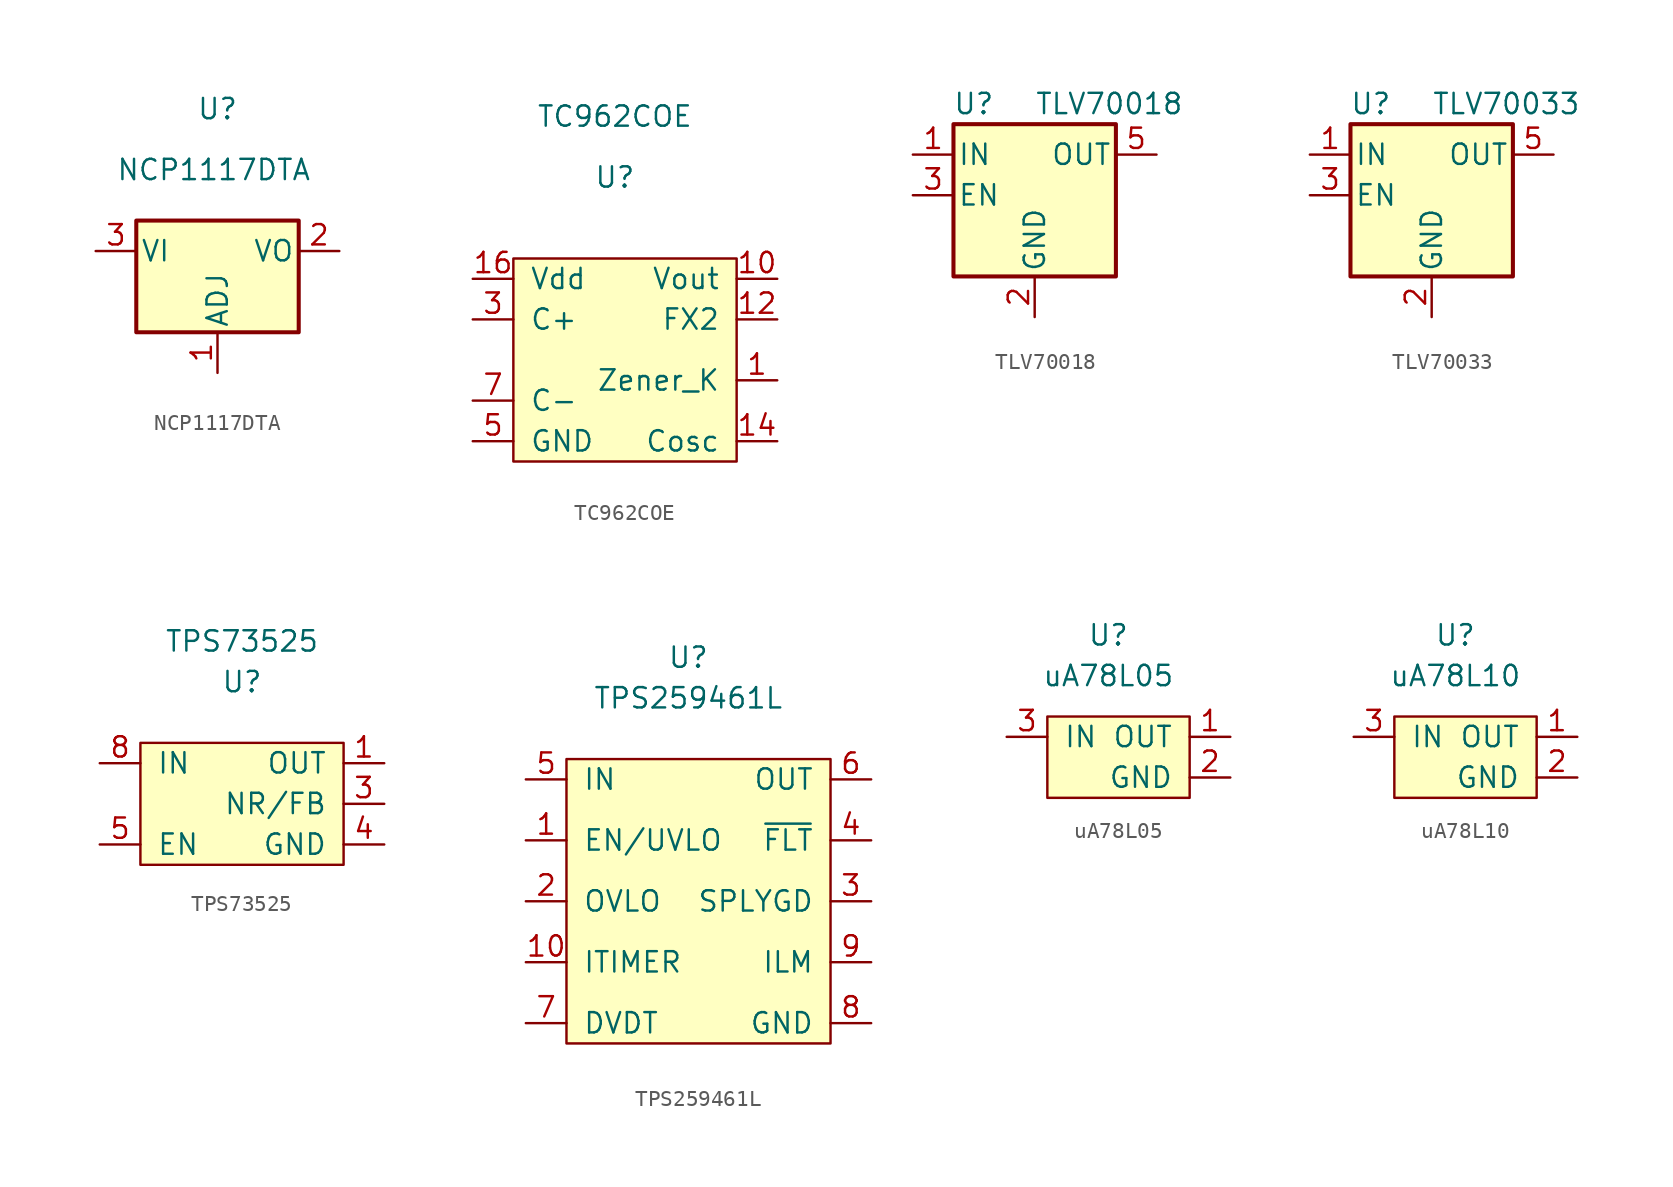
<source format=kicad_sym>
(kicad_symbol_lib
  (version 20211014)
  (generator kicad_symbol_editor)
  (symbol "NCP1117DTA"
    (pin_names
      (offset 0.254))
    (property "Reference" "U"
      (at 0 8.89 0)
      (effects (font (size 1.27 1.27))))
    (property "Value" "NCP1117DTA"
      (at -6.35 5.08 0)
      (effects (font (size 1.27 1.27)) (justify left)))
    (symbol "NCP1117DTA_0_1"
      (rectangle (start -5.08 1.905) (end 5.08 -5.08) (stroke (width 0.254) (type default) (color 0 0 0 0)) (fill (type background))))
    (symbol "NCP1117DTA_1_1"
      (pin input line (at 0 -7.62 90) (length 2.54) (name "ADJ" (effects (font (size 1.27 1.27)))) (number "1" (effects (font (size 1.27 1.27)))))
      (pin power_out line (at 7.62 0 180) (length 2.54) (name "VO" (effects (font (size 1.27 1.27)))) (number "2" (effects (font (size 1.27 1.27)))))
      (pin power_in line (at -7.62 0 0) (length 2.54) (name "VI" (effects (font (size 1.27 1.27)))) (number "3" (effects (font (size 1.27 1.27)))))))
  (symbol "TC962COE"
    (pin_names
      (offset 1.016))
    (property "Reference" "U"
      (at 0 8.89 0)
      (effects (font (size 1.27 1.27))))
    (property "Value" "TC962COE"
      (at 0 12.7 0)
      (effects (font (size 1.27 1.27))))
    (symbol "TC962COE_0_0"
      (pin passive line (at 10.16 -3.81 180) (length 2.54) (name "Zener_K" (effects (font (size 1.27 1.27)))) (number "1" (effects (font (size 1.27 1.27)))))
      (pin power_out line (at 10.16 2.54 180) (length 2.54) (name "Vout" (effects (font (size 1.27 1.27)))) (number "10" (effects (font (size 1.27 1.27)))))
      (pin no_connect line (at 0 3.81 270) (length 2.54) hide (name "" (effects (font (size 1.27 1.27)))) (number "11" (effects (font (size 1.27 1.27)))))
      (pin passive line (at 10.16 0 180) (length 2.54) (name "FX2" (effects (font (size 1.27 1.27)))) (number "12" (effects (font (size 1.27 1.27)))))
      (pin no_connect line (at -1.27 3.81 270) (length 2.54) hide (name "" (effects (font (size 1.27 1.27)))) (number "13" (effects (font (size 1.27 1.27)))))
      (pin passive line (at 10.16 -7.62 180) (length 2.54) (name "Cosc" (effects (font (size 1.27 1.27)))) (number "14" (effects (font (size 1.27 1.27)))))
      (pin no_connect line (at -2.54 3.81 270) (length 2.54) hide (name "" (effects (font (size 1.27 1.27)))) (number "15" (effects (font (size 1.27 1.27)))))
      (pin power_in line (at -8.89 2.54 0) (length 2.54) (name "Vdd" (effects (font (size 1.27 1.27)))) (number "16" (effects (font (size 1.27 1.27)))))
      (pin no_connect line (at 5.08 3.81 270) (length 2.54) hide (name "" (effects (font (size 1.27 1.27)))) (number "2" (effects (font (size 1.27 1.27)))))
      (pin passive line (at -8.89 0 0) (length 2.54) (name "C+" (effects (font (size 1.27 1.27)))) (number "3" (effects (font (size 1.27 1.27)))))
      (pin no_connect line (at 3.81 3.81 270) (length 2.54) hide (name "" (effects (font (size 1.27 1.27)))) (number "4" (effects (font (size 1.27 1.27)))))
      (pin power_in line (at -8.89 -7.62 0) (length 2.54) (name "GND" (effects (font (size 1.27 1.27)))) (number "5" (effects (font (size 1.27 1.27)))))
      (pin no_connect line (at 2.54 3.81 270) (length 2.54) hide (name "" (effects (font (size 1.27 1.27)))) (number "6" (effects (font (size 1.27 1.27)))))
      (pin passive line (at -8.89 -5.08 0) (length 2.54) (name "C-" (effects (font (size 1.27 1.27)))) (number "7" (effects (font (size 1.27 1.27)))))
      (pin no_connect line (at 1.27 3.81 270) (length 2.54) hide (name "" (effects (font (size 1.27 1.27)))) (number "8" (effects (font (size 1.27 1.27)))))
      (pin no_connect line (at -3.81 3.81 270) (length 2.54) hide (name "" (effects (font (size 1.27 1.27)))) (number "9" (effects (font (size 1.27 1.27))))))
    (symbol "TC962COE_0_1"
      (rectangle (start -6.35 3.81) (end 7.62 -8.89) (stroke (width 0) (type default) (color 0 0 0 0)) (fill (type background)))))
  (symbol "TLV70018"
    (pin_names
      (offset 0.254))
    (property "Reference" "U"
      (at -3.81 5.715 0)
      (effects (font (size 1.27 1.27))))
    (property "Value" "TLV70018"
      (at 0 5.715 0)
      (effects (font (size 1.27 1.27)) (justify left)))
    (symbol "TLV70018_0_1"
      (rectangle (start -5.08 4.445) (end 5.08 -5.08) (stroke (width 0.254) (type default) (color 0 0 0 0)) (fill (type background))))
    (symbol "TLV70018_1_1"
      (pin power_in line (at -7.62 2.54 0) (length 2.54) (name "IN" (effects (font (size 1.27 1.27)))) (number "1" (effects (font (size 1.27 1.27)))))
      (pin power_in line (at 0 -7.62 90) (length 2.54) (name "GND" (effects (font (size 1.27 1.27)))) (number "2" (effects (font (size 1.27 1.27)))))
      (pin input line (at -7.62 0 0) (length 2.54) (name "EN" (effects (font (size 1.27 1.27)))) (number "3" (effects (font (size 1.27 1.27)))))
      (pin no_connect line (at 5.08 0 180) (length 2.54) hide (name "NC" (effects (font (size 1.27 1.27)))) (number "4" (effects (font (size 1.27 1.27)))))
      (pin power_out line (at 7.62 2.54 180) (length 2.54) (name "OUT" (effects (font (size 1.27 1.27)))) (number "5" (effects (font (size 1.27 1.27)))))))
  (symbol "TLV70033"
    (pin_names
      (offset 0.254))
    (property "Reference" "U"
      (at -3.81 5.715 0)
      (effects (font (size 1.27 1.27))))
    (property "Value" "TLV70033"
      (at 0 5.715 0)
      (effects (font (size 1.27 1.27)) (justify left)))
    (symbol "TLV70033_0_1"
      (rectangle (start -5.08 4.445) (end 5.08 -5.08) (stroke (width 0.254) (type default) (color 0 0 0 0)) (fill (type background))))
    (symbol "TLV70033_1_1"
      (pin power_in line (at -7.62 2.54 0) (length 2.54) (name "IN" (effects (font (size 1.27 1.27)))) (number "1" (effects (font (size 1.27 1.27)))))
      (pin power_in line (at 0 -7.62 90) (length 2.54) (name "GND" (effects (font (size 1.27 1.27)))) (number "2" (effects (font (size 1.27 1.27)))))
      (pin input line (at -7.62 0 0) (length 2.54) (name "EN" (effects (font (size 1.27 1.27)))) (number "3" (effects (font (size 1.27 1.27)))))
      (pin no_connect line (at 5.08 0 180) (length 2.54) hide (name "NC" (effects (font (size 1.27 1.27)))) (number "4" (effects (font (size 1.27 1.27)))))
      (pin power_out line (at 7.62 2.54 180) (length 2.54) (name "OUT" (effects (font (size 1.27 1.27)))) (number "5" (effects (font (size 1.27 1.27)))))))
  (symbol "TPS73525"
    (pin_names
      (offset 1.016))
    (property "Reference" "U"
      (at 0 7.62 0)
      (effects (font (size 1.27 1.27))))
    (property "Value" "TPS73525"
      (at 0 10.16 0)
      (effects (font (size 1.27 1.27))))
    (symbol "TPS73525_0_0"
      (pin power_out line (at 8.89 2.54 180) (length 2.54) (name "OUT" (effects (font (size 1.27 1.27)))) (number "1" (effects (font (size 1.27 1.27)))))
      (pin passive line (at 8.89 0 180) (length 2.54) (name "NR/FB" (effects (font (size 1.27 1.27)))) (number "3" (effects (font (size 1.27 1.27)))))
      (pin power_in line (at 8.89 -2.54 180) (length 2.54) (name "GND" (effects (font (size 1.27 1.27)))) (number "4" (effects (font (size 1.27 1.27)))))
      (pin passive line (at -8.89 -2.54 0) (length 2.54) (name "EN" (effects (font (size 1.27 1.27)))) (number "5" (effects (font (size 1.27 1.27)))))
      (pin power_in line (at -8.89 2.54 0) (length 2.54) (name "IN" (effects (font (size 1.27 1.27)))) (number "8" (effects (font (size 1.27 1.27)))))
      (pin power_in line (at 8.89 -2.54 180) (length 2.54) hide (name "GND" (effects (font (size 1.27 1.27)))) (number "9" (effects (font (size 1.27 1.27))))))
    (symbol "TPS73525_0_1"
      (rectangle (start -6.35 3.81) (end 6.35 -3.81) (stroke (width 0) (type default) (color 0 0 0 0)) (fill (type background)))))
  (symbol "TPS259461L"
    (pin_names
      (offset 1.016))
    (property "Reference" "U"
      (at 0 15.24 0)
      (effects (font (size 1.27 1.27))))
    (property "Value" "TPS259461L"
      (at 0 12.7 0)
      (effects (font (size 1.27 1.27))))
    (symbol "TPS259461L_0_0"
      (pin passive line (at -10.16 3.81 0) (length 2.54) (name "EN/UVLO" (effects (font (size 1.27 1.27)))) (number "1" (effects (font (size 1.27 1.27)))))
      (pin passive line (at -10.16 -3.81 0) (length 2.54) (name "ITIMER" (effects (font (size 1.27 1.27)))) (number "10" (effects (font (size 1.27 1.27)))))
      (pin passive line (at -10.16 0 0) (length 2.54) (name "OVLO" (effects (font (size 1.27 1.27)))) (number "2" (effects (font (size 1.27 1.27)))))
      (pin open_collector line (at 11.43 0 180) (length 2.54) (name "SPLYGD" (effects (font (size 1.27 1.27)))) (number "3" (effects (font (size 1.27 1.27)))))
      (pin open_collector line (at 11.43 3.81 180) (length 2.54) (name "~{FLT}" (effects (font (size 1.27 1.27)))) (number "4" (effects (font (size 1.27 1.27)))))
      (pin power_in line (at -10.16 7.62 0) (length 2.54) (name "IN" (effects (font (size 1.27 1.27)))) (number "5" (effects (font (size 1.27 1.27)))))
      (pin power_out line (at 11.43 7.62 180) (length 2.54) (name "OUT" (effects (font (size 1.27 1.27)))) (number "6" (effects (font (size 1.27 1.27)))))
      (pin passive line (at -10.16 -7.62 0) (length 2.54) (name "DVDT" (effects (font (size 1.27 1.27)))) (number "7" (effects (font (size 1.27 1.27)))))
      (pin power_in line (at 11.43 -7.62 180) (length 2.54) (name "GND" (effects (font (size 1.27 1.27)))) (number "8" (effects (font (size 1.27 1.27)))))
      (pin passive line (at 11.43 -3.81 180) (length 2.54) (name "ILM" (effects (font (size 1.27 1.27)))) (number "9" (effects (font (size 1.27 1.27))))))
    (symbol "TPS259461L_0_1"
      (rectangle (start -7.62 8.89) (end 8.89 -8.89) (stroke (width 0) (type default) (color 0 0 0 0)) (fill (type background)))))
  (symbol "uA78L05"
    (pin_names
      (offset 1.016))
    (property "Reference" "U"
      (at 0 7.62 0)
      (effects (font (size 1.27 1.27))))
    (property "Value" "uA78L05"
      (at 0 5.08 0)
      (effects (font (size 1.27 1.27))))
    (symbol "uA78L05_0_0"
      (pin power_out line (at 7.62 1.27 180) (length 2.54) (name "OUT" (effects (font (size 1.27 1.27)))) (number "1" (effects (font (size 1.27 1.27)))))
      (pin power_in line (at 7.62 -1.27 180) (length 2.54) (name "GND" (effects (font (size 1.27 1.27)))) (number "2" (effects (font (size 1.27 1.27)))))
      (pin power_in line (at -6.35 1.27 0) (length 2.54) (name "IN" (effects (font (size 1.27 1.27)))) (number "3" (effects (font (size 1.27 1.27))))))
    (symbol "uA78L05_0_1"
      (rectangle (start -3.81 2.54) (end 5.08 -2.54) (stroke (width 0) (type default) (color 0 0 0 0)) (fill (type background)))))
  (symbol "uA78L10"
    (pin_names
      (offset 1.016))
    (property "Reference" "U"
      (at 0 7.62 0)
      (effects (font (size 1.27 1.27))))
    (property "Value" "uA78L10"
      (at 0 5.08 0)
      (effects (font (size 1.27 1.27))))
    (symbol "uA78L10_0_0"
      (pin power_out line (at 7.62 1.27 180) (length 2.54) (name "OUT" (effects (font (size 1.27 1.27)))) (number "1" (effects (font (size 1.27 1.27)))))
      (pin power_in line (at 7.62 -1.27 180) (length 2.54) (name "GND" (effects (font (size 1.27 1.27)))) (number "2" (effects (font (size 1.27 1.27)))))
      (pin power_in line (at -6.35 1.27 0) (length 2.54) (name "IN" (effects (font (size 1.27 1.27)))) (number "3" (effects (font (size 1.27 1.27))))))
    (symbol "uA78L10_0_1"
      (rectangle (start -3.81 2.54) (end 5.08 -2.54) (stroke (width 0) (type default) (color 0 0 0 0)) (fill (type background))))))
</source>
